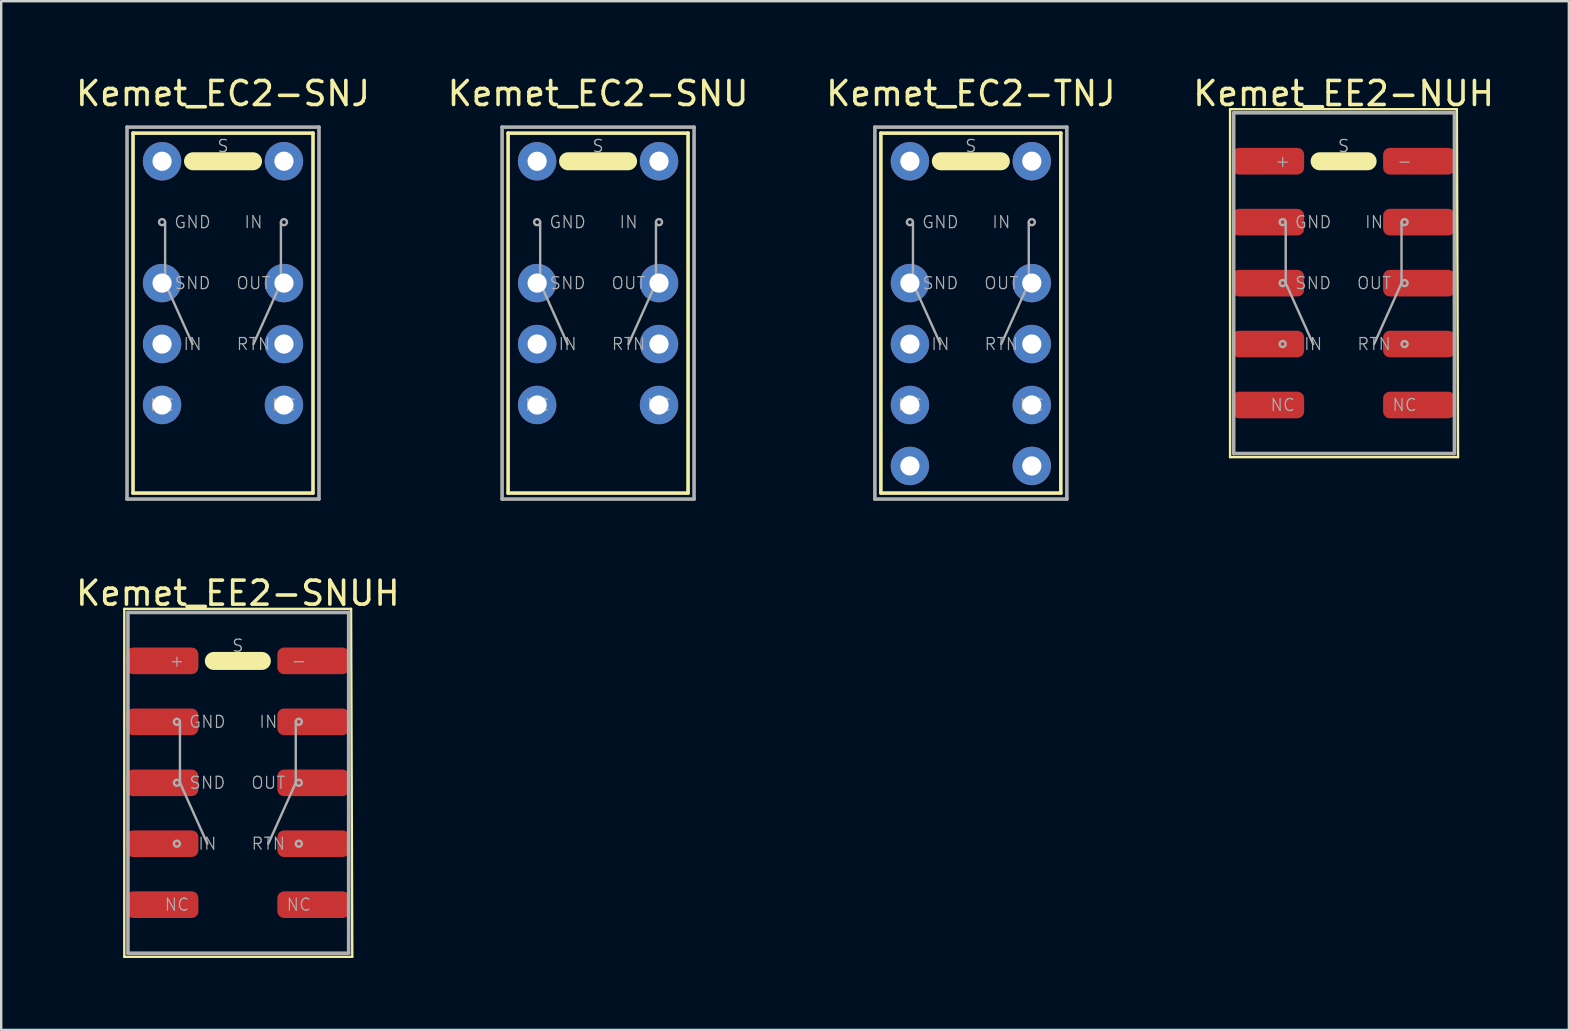
<source format=kicad_pcb>
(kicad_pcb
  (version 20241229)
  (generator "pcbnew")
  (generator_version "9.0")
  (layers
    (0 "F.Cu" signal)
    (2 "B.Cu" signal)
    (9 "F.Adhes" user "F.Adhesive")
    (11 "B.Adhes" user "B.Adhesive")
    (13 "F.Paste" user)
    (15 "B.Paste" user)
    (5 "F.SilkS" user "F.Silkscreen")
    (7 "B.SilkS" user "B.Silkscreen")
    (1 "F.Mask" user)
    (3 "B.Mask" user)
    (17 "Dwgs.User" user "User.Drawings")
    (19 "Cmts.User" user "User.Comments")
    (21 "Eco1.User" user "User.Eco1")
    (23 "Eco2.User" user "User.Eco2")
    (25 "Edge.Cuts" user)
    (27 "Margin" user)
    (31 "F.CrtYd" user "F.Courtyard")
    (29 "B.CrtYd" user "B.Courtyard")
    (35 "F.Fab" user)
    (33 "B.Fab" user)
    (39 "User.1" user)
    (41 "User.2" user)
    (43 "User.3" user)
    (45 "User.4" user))
  (footprint "Kemet_EC2-TNJ"
    (layer "F.Cu")
    (at 37.411 8.748)
    (property "Reference" "Kemet_EC2-TNJ" (at 0 -7.9 0) (layer "F.SilkS") (effects (font (size 1 1) (thickness 0.15))))
    (attr through_hole)
    (fp_line (start -3.75 -6.25) (end 3.75 -6.25) (stroke (width 0.15) (type solid)) (layer "F.SilkS"))
    (fp_line (start -3.75 8.75) (end -3.75 -6.25) (stroke (width 0.15) (type solid)) (layer "F.SilkS"))
    (fp_line (start 1.25 -5.077) (end -1.25 -5.077) (stroke (width 0.75) (type solid)) (layer "F.SilkS"))
    (fp_line (start 3.75 -6.25) (end 3.75 8.75) (stroke (width 0.15) (type solid)) (layer "F.SilkS"))
    (fp_line (start 3.75 8.75) (end -3.75 8.75) (stroke (width 0.15) (type solid)) (layer "F.SilkS"))
    (fp_line (start -4 -6.5) (end -4 9) (stroke (width 0.15) (type solid)) (layer "F.Fab"))
    (fp_line (start -4 9) (end 4 9) (stroke (width 0.15) (type solid)) (layer "F.Fab"))
    (fp_line (start -2.413 0) (end -2.413 -2.54) (stroke (width 0.1) (type solid)) (layer "F.Fab"))
    (fp_line (start -2.413 0) (end -1.27 2.54) (stroke (width 0.1) (type solid)) (layer "F.Fab"))
    (fp_line (start 2.413 0) (end 1.27 2.54) (stroke (width 0.1) (type solid)) (layer "F.Fab"))
    (fp_line (start 2.413 0) (end 2.413 -2.54) (stroke (width 0.1) (type solid)) (layer "F.Fab"))
    (fp_line (start 4 -6.5) (end -4 -6.5) (stroke (width 0.15) (type solid)) (layer "F.Fab"))
    (fp_line (start 4 9) (end 4 -6.5) (stroke (width 0.15) (type solid)) (layer "F.Fab"))
    (fp_circle (center -2.54 -2.54) (end -2.54 -2.413) (stroke (width 0.1) (type solid)) (fill no) (layer "F.Fab"))
    (fp_circle (center -2.54 0) (end -2.54 -0.127) (stroke (width 0.1) (type solid)) (fill no) (layer "F.Fab"))
    (fp_circle (center -2.54 2.54) (end -2.54 2.413) (stroke (width 0.1) (type solid)) (fill no) (layer "F.Fab"))
    (fp_circle (center 2.54 -2.54) (end 2.54 -2.667) (stroke (width 0.1) (type solid)) (fill no) (layer "F.Fab"))
    (fp_circle (center 2.54 0) (end 2.54 -0.127) (stroke (width 0.1) (type solid)) (fill no) (layer "F.Fab"))
    (fp_circle (center 2.54 2.54) (end 2.54 2.413) (stroke (width 0.1) (type solid)) (fill no) (layer "F.Fab"))
    (fp_text user "IN" (at -1.27 2.54 0) (layer "F.Fab") (effects (font (size 0.5 0.5) (thickness 0.05))))
    (fp_text user "-" (at 2.54 -5.08 0) (layer "F.Fab") (effects (font (size 0.5 0.5) (thickness 0.05))))
    (fp_text user "IN" (at 1.27 -2.54 0) (layer "F.Fab") (effects (font (size 0.5 0.5) (thickness 0.05))))
    (fp_text user "+" (at -2.54 -5.08 0) (layer "F.Fab") (effects (font (size 0.5 0.5) (thickness 0.05))))
    (fp_text user "GND" (at -1.27 -2.54 0) (layer "F.Fab") (effects (font (size 0.5 0.5) (thickness 0.05))))
    (fp_text user "OUT" (at 1.27 0 0) (layer "F.Fab") (effects (font (size 0.5 0.5) (thickness 0.05))))
    (fp_text user "SND" (at -1.27 0 0) (layer "F.Fab") (effects (font (size 0.5 0.5) (thickness 0.05))))
    (fp_text user "S" (at 0 -5.715 0) (layer "F.Fab") (effects (font (size 0.5 0.5) (thickness 0.05))))
    (fp_text user "NC" (at -2.54 5.08 0) (layer "F.Fab") (effects (font (size 0.5 0.5) (thickness 0.05))))
    (fp_text user "RTN" (at 1.27 2.54 0) (layer "F.Fab") (effects (font (size 0.5 0.5) (thickness 0.05))))
    (fp_text user "NC" (at 2.54 5.08 0) (layer "F.Fab") (effects (font (size 0.5 0.5) (thickness 0.05))))
    (pad "1" thru_hole circle (at -2.54 -5.077) (size 1.6 1.6) (drill 0.8) (layers "*.Cu" "*.Mask"))
    (pad "3" thru_hole circle (at -2.54 0) (size 1.6 1.6) (drill 0.8) (layers "*.Cu" "*.Mask"))
    (pad "4" thru_hole circle (at -2.54 2.54) (size 1.6 1.6) (drill 0.8) (layers "*.Cu" "*.Mask"))
    (pad "5" thru_hole circle (at -2.54 5.08) (size 1.6 1.6) (drill 0.8) (layers "*.Cu" "*.Mask"))
    (pad "5" thru_hole circle (at -2.54 7.62) (size 1.6 1.6) (drill 0.8) (layers "*.Cu" "*.Mask"))
    (pad "6" thru_hole circle (at 2.54 5.08) (size 1.6 1.6) (drill 0.8) (layers "*.Cu" "*.Mask"))
    (pad "6" thru_hole circle (at 2.54 7.62) (size 1.6 1.6) (drill 0.8) (layers "*.Cu" "*.Mask"))
    (pad "7" thru_hole circle (at 2.54 2.54) (size 1.6 1.6) (drill 0.8) (layers "*.Cu" "*.Mask"))
    (pad "8" thru_hole circle (at 2.54 0) (size 1.6 1.6) (drill 0.8) (layers "*.Cu" "*.Mask"))
    (pad "10" thru_hole circle (at 2.54 -5.08) (size 1.6 1.6) (drill 0.8) (layers "*.Cu" "*.Mask")))
  (footprint "Kemet_EE2-NUH"
    (layer "F.Cu")
    (at 52.946 8.748)
    (property "Reference" "Kemet_EE2-NUH" (at 0 -7.9 0) (layer "F.SilkS") (effects (font (size 1 1) (thickness 0.15))))
    (attr through_hole)
    (fp_line (start -4.732 -7.247) (end -4.732 7.253) (stroke (width 0.1) (type solid)) (layer "F.SilkS"))
    (fp_line (start 1 -5.077) (end -1 -5.077) (stroke (width 0.75) (type solid)) (layer "F.SilkS"))
    (fp_line (start 4.718 -7.247) (end -4.732 -7.247) (stroke (width 0.1) (type solid)) (layer "F.SilkS"))
    (fp_line (start 4.718 -7.247) (end 4.768 7.253) (stroke (width 0.1) (type solid)) (layer "F.SilkS"))
    (fp_line (start 4.768 7.253) (end -4.732 7.253) (stroke (width 0.1) (type solid)) (layer "F.SilkS"))
    (fp_line (start -4.582 -7.097) (end -4.582 7.103) (stroke (width 0.15) (type solid)) (layer "F.Fab"))
    (fp_line (start -4.582 7.103) (end 4.618 7.103) (stroke (width 0.15) (type solid)) (layer "F.Fab"))
    (fp_line (start -2.413 0) (end -2.413 -2.54) (stroke (width 0.1) (type solid)) (layer "F.Fab"))
    (fp_line (start -2.413 0) (end -1.27 2.54) (stroke (width 0.1) (type solid)) (layer "F.Fab"))
    (fp_line (start 2.413 0) (end 1.27 2.54) (stroke (width 0.1) (type solid)) (layer "F.Fab"))
    (fp_line (start 2.413 0) (end 2.413 -2.54) (stroke (width 0.1) (type solid)) (layer "F.Fab"))
    (fp_line (start 4.618 -7.097) (end -4.582 -7.097) (stroke (width 0.15) (type solid)) (layer "F.Fab"))
    (fp_line (start 4.618 7.103) (end 4.618 -7.097) (stroke (width 0.15) (type solid)) (layer "F.Fab"))
    (fp_circle (center -2.54 -2.54) (end -2.54 -2.413) (stroke (width 0.1) (type solid)) (fill no) (layer "F.Fab"))
    (fp_circle (center -2.54 0) (end -2.54 -0.127) (stroke (width 0.1) (type solid)) (fill no) (layer "F.Fab"))
    (fp_circle (center -2.54 2.54) (end -2.54 2.413) (stroke (width 0.1) (type solid)) (fill no) (layer "F.Fab"))
    (fp_circle (center 2.54 -2.54) (end 2.54 -2.667) (stroke (width 0.1) (type solid)) (fill no) (layer "F.Fab"))
    (fp_circle (center 2.54 0) (end 2.54 -0.127) (stroke (width 0.1) (type solid)) (fill no) (layer "F.Fab"))
    (fp_circle (center 2.54 2.54) (end 2.54 2.413) (stroke (width 0.1) (type solid)) (fill no) (layer "F.Fab"))
    (fp_text user "NC" (at -2.54 5.08 0) (layer "F.Fab") (effects (font (size 0.5 0.5) (thickness 0.05))))
    (fp_text user "S" (at 0 -5.715 0) (layer "F.Fab") (effects (font (size 0.5 0.5) (thickness 0.05))))
    (fp_text user "+" (at -2.54 -5.08 0) (layer "F.Fab") (effects (font (size 0.5 0.5) (thickness 0.05))))
    (fp_text user "IN" (at -1.27 2.54 0) (layer "F.Fab") (effects (font (size 0.5 0.5) (thickness 0.05))))
    (fp_text user "GND" (at -1.27 -2.54 0) (layer "F.Fab") (effects (font (size 0.5 0.5) (thickness 0.05))))
    (fp_text user "OUT" (at 1.27 0 0) (layer "F.Fab") (effects (font (size 0.5 0.5) (thickness 0.05))))
    (fp_text user "-" (at 2.54 -5.08 0) (layer "F.Fab") (effects (font (size 0.5 0.5) (thickness 0.05))))
    (fp_text user "IN" (at 1.27 -2.54 0) (layer "F.Fab") (effects (font (size 0.5 0.5) (thickness 0.05))))
    (fp_text user "SND" (at -1.27 0 0) (layer "F.Fab") (effects (font (size 0.5 0.5) (thickness 0.05))))
    (fp_text user "NC" (at 2.54 5.08 0) (layer "F.Fab") (effects (font (size 0.5 0.5) (thickness 0.05))))
    (fp_text user "RTN" (at 1.27 2.54 0) (layer "F.Fab") (effects (font (size 0.5 0.5) (thickness 0.05))))
    (pad "1" smd roundrect (at -3.145 -5.08) (size 3 1.11) (layers "F.Cu" "F.Mask" "F.Paste") (roundrect_rratio 0.25))
    (pad "2" smd roundrect (at -3.145 -2.54) (size 3 1.11) (layers "F.Cu" "F.Mask" "F.Paste") (roundrect_rratio 0.25))
    (pad "3" smd roundrect (at -3.145 0.003) (size 3 1.11) (layers "F.Cu" "F.Mask" "F.Paste") (roundrect_rratio 0.25))
    (pad "4" smd roundrect (at -3.145 2.54) (size 3 1.11) (layers "F.Cu" "F.Mask" "F.Paste") (roundrect_rratio 0.25))
    (pad "5" smd roundrect (at -3.145 5.08) (size 3 1.11) (layers "F.Cu" "F.Mask" "F.Paste") (roundrect_rratio 0.25))
    (pad "6" smd roundrect (at 3.145 5.08) (size 3 1.11) (layers "F.Cu" "F.Mask" "F.Paste") (roundrect_rratio 0.25))
    (pad "7" smd roundrect (at 3.145 2.54) (size 3 1.11) (layers "F.Cu" "F.Mask" "F.Paste") (roundrect_rratio 0.25))
    (pad "8" smd roundrect (at 3.145 0.003) (size 3 1.11) (layers "F.Cu" "F.Mask" "F.Paste") (roundrect_rratio 0.25))
    (pad "9" smd roundrect (at 3.145 -2.54) (size 3 1.11) (layers "F.Cu" "F.Mask" "F.Paste") (roundrect_rratio 0.25))
    (pad "10" smd roundrect (at 3.145 -5.08) (size 3 1.11) (layers "F.Cu" "F.Mask" "F.Paste") (roundrect_rratio 0.25)))
  (footprint "Kemet_EC2-SNJ"
    (layer "F.Cu")
    (at 6.244 8.748)
    (property "Reference" "Kemet_EC2-SNJ" (at 0 -7.9 0) (layer "F.SilkS") (effects (font (size 1 1) (thickness 0.15))))
    (attr through_hole)
    (fp_line (start -3.75 -6.25) (end 3.75 -6.25) (stroke (width 0.15) (type solid)) (layer "F.SilkS"))
    (fp_line (start -3.75 8.75) (end -3.75 -6.25) (stroke (width 0.15) (type solid)) (layer "F.SilkS"))
    (fp_line (start 1.25 -5.077) (end -1.25 -5.077) (stroke (width 0.75) (type solid)) (layer "F.SilkS"))
    (fp_line (start 3.75 -6.25) (end 3.75 8.75) (stroke (width 0.15) (type solid)) (layer "F.SilkS"))
    (fp_line (start 3.75 8.75) (end -3.75 8.75) (stroke (width 0.15) (type solid)) (layer "F.SilkS"))
    (fp_line (start -4 -6.5) (end -4 9) (stroke (width 0.15) (type solid)) (layer "F.Fab"))
    (fp_line (start -4 9) (end 4 9) (stroke (width 0.15) (type solid)) (layer "F.Fab"))
    (fp_line (start -2.413 0) (end -2.413 -2.54) (stroke (width 0.1) (type solid)) (layer "F.Fab"))
    (fp_line (start -2.413 0) (end -1.27 2.54) (stroke (width 0.1) (type solid)) (layer "F.Fab"))
    (fp_line (start 2.413 0) (end 1.27 2.54) (stroke (width 0.1) (type solid)) (layer "F.Fab"))
    (fp_line (start 2.413 0) (end 2.413 -2.54) (stroke (width 0.1) (type solid)) (layer "F.Fab"))
    (fp_line (start 4 -6.5) (end -4 -6.5) (stroke (width 0.15) (type solid)) (layer "F.Fab"))
    (fp_line (start 4 9) (end 4 -6.5) (stroke (width 0.15) (type solid)) (layer "F.Fab"))
    (fp_circle (center -2.54 -2.54) (end -2.54 -2.413) (stroke (width 0.1) (type solid)) (fill no) (layer "F.Fab"))
    (fp_circle (center -2.54 0) (end -2.54 -0.127) (stroke (width 0.1) (type solid)) (fill no) (layer "F.Fab"))
    (fp_circle (center -2.54 2.54) (end -2.54 2.413) (stroke (width 0.1) (type solid)) (fill no) (layer "F.Fab"))
    (fp_circle (center 2.54 -2.54) (end 2.54 -2.667) (stroke (width 0.1) (type solid)) (fill no) (layer "F.Fab"))
    (fp_circle (center 2.54 0) (end 2.54 -0.127) (stroke (width 0.1) (type solid)) (fill no) (layer "F.Fab"))
    (fp_circle (center 2.54 2.54) (end 2.54 2.413) (stroke (width 0.1) (type solid)) (fill no) (layer "F.Fab"))
    (fp_text user "NC" (at -2.54 5.08 0) (layer "F.Fab") (effects (font (size 0.5 0.5) (thickness 0.05))))
    (fp_text user "RTN" (at 1.27 2.54 0) (layer "F.Fab") (effects (font (size 0.5 0.5) (thickness 0.05))))
    (fp_text user "IN" (at -1.27 2.54 0) (layer "F.Fab") (effects (font (size 0.5 0.5) (thickness 0.05))))
    (fp_text user "-" (at 2.54 -5.08 0) (layer "F.Fab") (effects (font (size 0.5 0.5) (thickness 0.05))))
    (fp_text user "+" (at -2.54 -5.08 0) (layer "F.Fab") (effects (font (size 0.5 0.5) (thickness 0.05))))
    (fp_text user "NC" (at 2.54 5.08 0) (layer "F.Fab") (effects (font (size 0.5 0.5) (thickness 0.05))))
    (fp_text user "SND" (at -1.27 0 0) (layer "F.Fab") (effects (font (size 0.5 0.5) (thickness 0.05))))
    (fp_text user "S" (at 0 -5.715 0) (layer "F.Fab") (effects (font (size 0.5 0.5) (thickness 0.05))))
    (fp_text user "IN" (at 1.27 -2.54 0) (layer "F.Fab") (effects (font (size 0.5 0.5) (thickness 0.05))))
    (fp_text user "GND" (at -1.27 -2.54 0) (layer "F.Fab") (effects (font (size 0.5 0.5) (thickness 0.05))))
    (fp_text user "OUT" (at 1.27 0 0) (layer "F.Fab") (effects (font (size 0.5 0.5) (thickness 0.05))))
    (pad "1" thru_hole circle (at -2.54 -5.077) (size 1.6 1.6) (drill 0.8) (layers "*.Cu" "*.Mask"))
    (pad "3" thru_hole circle (at -2.54 0) (size 1.6 1.6) (drill 0.8) (layers "*.Cu" "*.Mask"))
    (pad "4" thru_hole circle (at -2.54 2.54) (size 1.6 1.6) (drill 0.8) (layers "*.Cu" "*.Mask"))
    (pad "5" thru_hole circle (at -2.54 5.08) (size 1.6 1.6) (drill 0.8) (layers "*.Cu" "*.Mask"))
    (pad "6" thru_hole circle (at 2.54 5.08) (size 1.6 1.6) (drill 0.8) (layers "*.Cu" "*.Mask"))
    (pad "7" thru_hole circle (at 2.54 2.54) (size 1.6 1.6) (drill 0.8) (layers "*.Cu" "*.Mask"))
    (pad "8" thru_hole circle (at 2.54 0) (size 1.6 1.6) (drill 0.8) (layers "*.Cu" "*.Mask"))
    (pad "10" thru_hole circle (at 2.54 -5.08) (size 1.6 1.6) (drill 0.8) (layers "*.Cu" "*.Mask")))
  (footprint "Kemet_EC2-SNU"
    (layer "F.Cu")
    (at 21.875 8.748)
    (property "Reference" "Kemet_EC2-SNU" (at 0 -7.9 0) (layer "F.SilkS") (effects (font (size 1 1) (thickness 0.15))))
    (attr through_hole)
    (fp_line (start -3.75 -6.25) (end 3.75 -6.25) (stroke (width 0.15) (type solid)) (layer "F.SilkS"))
    (fp_line (start -3.75 8.75) (end -3.75 -6.25) (stroke (width 0.15) (type solid)) (layer "F.SilkS"))
    (fp_line (start 1.25 -5.077) (end -1.25 -5.077) (stroke (width 0.75) (type solid)) (layer "F.SilkS"))
    (fp_line (start 3.75 -6.25) (end 3.75 8.75) (stroke (width 0.15) (type solid)) (layer "F.SilkS"))
    (fp_line (start 3.75 8.75) (end -3.75 8.75) (stroke (width 0.15) (type solid)) (layer "F.SilkS"))
    (fp_line (start -4 -6.5) (end -4 9) (stroke (width 0.15) (type solid)) (layer "F.Fab"))
    (fp_line (start -4 9) (end 4 9) (stroke (width 0.15) (type solid)) (layer "F.Fab"))
    (fp_line (start -2.413 0) (end -2.413 -2.54) (stroke (width 0.1) (type solid)) (layer "F.Fab"))
    (fp_line (start -2.413 0) (end -1.27 2.54) (stroke (width 0.1) (type solid)) (layer "F.Fab"))
    (fp_line (start 2.413 0) (end 1.27 2.54) (stroke (width 0.1) (type solid)) (layer "F.Fab"))
    (fp_line (start 2.413 0) (end 2.413 -2.54) (stroke (width 0.1) (type solid)) (layer "F.Fab"))
    (fp_line (start 4 -6.5) (end -4 -6.5) (stroke (width 0.15) (type solid)) (layer "F.Fab"))
    (fp_line (start 4 9) (end 4 -6.5) (stroke (width 0.15) (type solid)) (layer "F.Fab"))
    (fp_circle (center -2.54 -2.54) (end -2.54 -2.413) (stroke (width 0.1) (type solid)) (fill no) (layer "F.Fab"))
    (fp_circle (center -2.54 0) (end -2.54 -0.127) (stroke (width 0.1) (type solid)) (fill no) (layer "F.Fab"))
    (fp_circle (center -2.54 2.54) (end -2.54 2.413) (stroke (width 0.1) (type solid)) (fill no) (layer "F.Fab"))
    (fp_circle (center 2.54 -2.54) (end 2.54 -2.667) (stroke (width 0.1) (type solid)) (fill no) (layer "F.Fab"))
    (fp_circle (center 2.54 0) (end 2.54 -0.127) (stroke (width 0.1) (type solid)) (fill no) (layer "F.Fab"))
    (fp_circle (center 2.54 2.54) (end 2.54 2.413) (stroke (width 0.1) (type solid)) (fill no) (layer "F.Fab"))
    (fp_text user "NC" (at -2.54 5.08 0) (layer "F.Fab") (effects (font (size 0.5 0.5) (thickness 0.05))))
    (fp_text user "RTN" (at 1.27 2.54 0) (layer "F.Fab") (effects (font (size 0.5 0.5) (thickness 0.05))))
    (fp_text user "NC" (at 2.54 5.08 0) (layer "F.Fab") (effects (font (size 0.5 0.5) (thickness 0.05))))
    (fp_text user "IN" (at -1.27 2.54 0) (layer "F.Fab") (effects (font (size 0.5 0.5) (thickness 0.05))))
    (fp_text user "OUT" (at 1.27 0 0) (layer "F.Fab") (effects (font (size 0.5 0.5) (thickness 0.05))))
    (fp_text user "IN" (at 1.27 -2.54 0) (layer "F.Fab") (effects (font (size 0.5 0.5) (thickness 0.05))))
    (fp_text user "-" (at 2.54 -5.08 0) (layer "F.Fab") (effects (font (size 0.5 0.5) (thickness 0.05))))
    (fp_text user "S" (at 0 -5.715 0) (layer "F.Fab") (effects (font (size 0.5 0.5) (thickness 0.05))))
    (fp_text user "+" (at -2.54 -5.08 0) (layer "F.Fab") (effects (font (size 0.5 0.5) (thickness 0.05))))
    (fp_text user "GND" (at -1.27 -2.54 0) (layer "F.Fab") (effects (font (size 0.5 0.5) (thickness 0.05))))
    (fp_text user "SND" (at -1.27 0 0) (layer "F.Fab") (effects (font (size 0.5 0.5) (thickness 0.05))))
    (pad "1" thru_hole circle (at -2.54 -5.077) (size 1.6 1.6) (drill 0.8) (layers "*.Cu" "*.Mask"))
    (pad "3" thru_hole circle (at -2.54 0) (size 1.6 1.6) (drill 0.8) (layers "*.Cu" "*.Mask"))
    (pad "4" thru_hole circle (at -2.54 2.54) (size 1.6 1.6) (drill 0.8) (layers "*.Cu" "*.Mask"))
    (pad "5" thru_hole circle (at -2.54 5.08) (size 1.6 1.6) (drill 0.8) (layers "*.Cu" "*.Mask"))
    (pad "6" thru_hole circle (at 2.54 5.08) (size 1.6 1.6) (drill 0.8) (layers "*.Cu" "*.Mask"))
    (pad "7" thru_hole circle (at 2.54 2.54) (size 1.6 1.6) (drill 0.8) (layers "*.Cu" "*.Mask"))
    (pad "8" thru_hole circle (at 2.54 0) (size 1.6 1.6) (drill 0.8) (layers "*.Cu" "*.Mask"))
    (pad "10" thru_hole circle (at 2.54 -5.08) (size 1.6 1.6) (drill 0.8) (layers "*.Cu" "*.Mask")))
  (footprint "Kemet_EE2-SNUH"
    (layer "F.Cu")
    (at 6.863 29.572)
    (property "Reference" "Kemet_EE2-SNUH" (at 0 -7.9 0) (layer "F.SilkS") (effects (font (size 1 1) (thickness 0.15))))
    (attr through_hole)
    (fp_line (start -4.732 -7.247) (end -4.732 7.253) (stroke (width 0.1) (type solid)) (layer "F.SilkS"))
    (fp_line (start 1 -5.077) (end -1 -5.077) (stroke (width 0.75) (type solid)) (layer "F.SilkS"))
    (fp_line (start 4.718 -7.247) (end -4.732 -7.247) (stroke (width 0.1) (type solid)) (layer "F.SilkS"))
    (fp_line (start 4.718 -7.247) (end 4.768 7.253) (stroke (width 0.1) (type solid)) (layer "F.SilkS"))
    (fp_line (start 4.768 7.253) (end -4.732 7.253) (stroke (width 0.1) (type solid)) (layer "F.SilkS"))
    (fp_line (start -4.582 -7.097) (end -4.582 7.103) (stroke (width 0.15) (type solid)) (layer "F.Fab"))
    (fp_line (start -4.582 7.103) (end 4.618 7.103) (stroke (width 0.15) (type solid)) (layer "F.Fab"))
    (fp_line (start -2.413 0) (end -2.413 -2.54) (stroke (width 0.1) (type solid)) (layer "F.Fab"))
    (fp_line (start -2.413 0) (end -1.27 2.54) (stroke (width 0.1) (type solid)) (layer "F.Fab"))
    (fp_line (start 2.413 0) (end 1.27 2.54) (stroke (width 0.1) (type solid)) (layer "F.Fab"))
    (fp_line (start 2.413 0) (end 2.413 -2.54) (stroke (width 0.1) (type solid)) (layer "F.Fab"))
    (fp_line (start 4.618 -7.097) (end -4.582 -7.097) (stroke (width 0.15) (type solid)) (layer "F.Fab"))
    (fp_line (start 4.618 7.103) (end 4.618 -7.097) (stroke (width 0.15) (type solid)) (layer "F.Fab"))
    (fp_circle (center -2.54 -2.54) (end -2.54 -2.413) (stroke (width 0.1) (type solid)) (fill no) (layer "F.Fab"))
    (fp_circle (center -2.54 0) (end -2.54 -0.127) (stroke (width 0.1) (type solid)) (fill no) (layer "F.Fab"))
    (fp_circle (center -2.54 2.54) (end -2.54 2.413) (stroke (width 0.1) (type solid)) (fill no) (layer "F.Fab"))
    (fp_circle (center 2.54 -2.54) (end 2.54 -2.667) (stroke (width 0.1) (type solid)) (fill no) (layer "F.Fab"))
    (fp_circle (center 2.54 0) (end 2.54 -0.127) (stroke (width 0.1) (type solid)) (fill no) (layer "F.Fab"))
    (fp_circle (center 2.54 2.54) (end 2.54 2.413) (stroke (width 0.1) (type solid)) (fill no) (layer "F.Fab"))
    (fp_text user "IN" (at -1.27 2.54 0) (layer "F.Fab") (effects (font (size 0.5 0.5) (thickness 0.05))))
    (fp_text user "NC" (at -2.54 5.08 0) (layer "F.Fab") (effects (font (size 0.5 0.5) (thickness 0.05))))
    (fp_text user "GND" (at -1.27 -2.54 0) (layer "F.Fab") (effects (font (size 0.5 0.5) (thickness 0.05))))
    (fp_text user "SND" (at -1.27 0 0) (layer "F.Fab") (effects (font (size 0.5 0.5) (thickness 0.05))))
    (fp_text user "S" (at 0 -5.715 0) (layer "F.Fab") (effects (font (size 0.5 0.5) (thickness 0.05))))
    (fp_text user "+" (at -2.54 -5.08 0) (layer "F.Fab") (effects (font (size 0.5 0.5) (thickness 0.05))))
    (fp_text user "RTN" (at 1.27 2.54 0) (layer "F.Fab") (effects (font (size 0.5 0.5) (thickness 0.05))))
    (fp_text user "OUT" (at 1.27 0 0) (layer "F.Fab") (effects (font (size 0.5 0.5) (thickness 0.05))))
    (fp_text user "-" (at 2.54 -5.08 0) (layer "F.Fab") (effects (font (size 0.5 0.5) (thickness 0.05))))
    (fp_text user "NC" (at 2.54 5.08 0) (layer "F.Fab") (effects (font (size 0.5 0.5) (thickness 0.05))))
    (fp_text user "IN" (at 1.27 -2.54 0) (layer "F.Fab") (effects (font (size 0.5 0.5) (thickness 0.05))))
    (pad "1" smd roundrect (at -3.145 -5.08) (size 3 1.11) (layers "F.Cu" "F.Mask" "F.Paste") (roundrect_rratio 0.25))
    (pad "2" smd roundrect (at -3.145 -2.54) (size 3 1.11) (layers "F.Cu" "F.Mask" "F.Paste") (roundrect_rratio 0.25))
    (pad "3" smd roundrect (at -3.145 0.003) (size 3 1.11) (layers "F.Cu" "F.Mask" "F.Paste") (roundrect_rratio 0.25))
    (pad "4" smd roundrect (at -3.145 2.54) (size 3 1.11) (layers "F.Cu" "F.Mask" "F.Paste") (roundrect_rratio 0.25))
    (pad "5" smd roundrect (at -3.145 5.08) (size 3 1.11) (layers "F.Cu" "F.Mask" "F.Paste") (roundrect_rratio 0.25))
    (pad "6" smd roundrect (at 3.145 5.08) (size 3 1.11) (layers "F.Cu" "F.Mask" "F.Paste") (roundrect_rratio 0.25))
    (pad "7" smd roundrect (at 3.145 2.54) (size 3 1.11) (layers "F.Cu" "F.Mask" "F.Paste") (roundrect_rratio 0.25))
    (pad "8" smd roundrect (at 3.145 0.003) (size 3 1.11) (layers "F.Cu" "F.Mask" "F.Paste") (roundrect_rratio 0.25))
    (pad "9" smd roundrect (at 3.145 -2.54) (size 3 1.11) (layers "F.Cu" "F.Mask" "F.Paste") (roundrect_rratio 0.25))
    (pad "10" smd roundrect (at 3.145 -5.08) (size 3 1.11) (layers "F.Cu" "F.Mask" "F.Paste") (roundrect_rratio 0.25)))
  (gr_rect
    (start -3 -3)
    (end 62.333 39.874)
    (stroke (width 0.1) (type default))
    (fill no)
    (layer "Edge.Cuts")))
</source>
